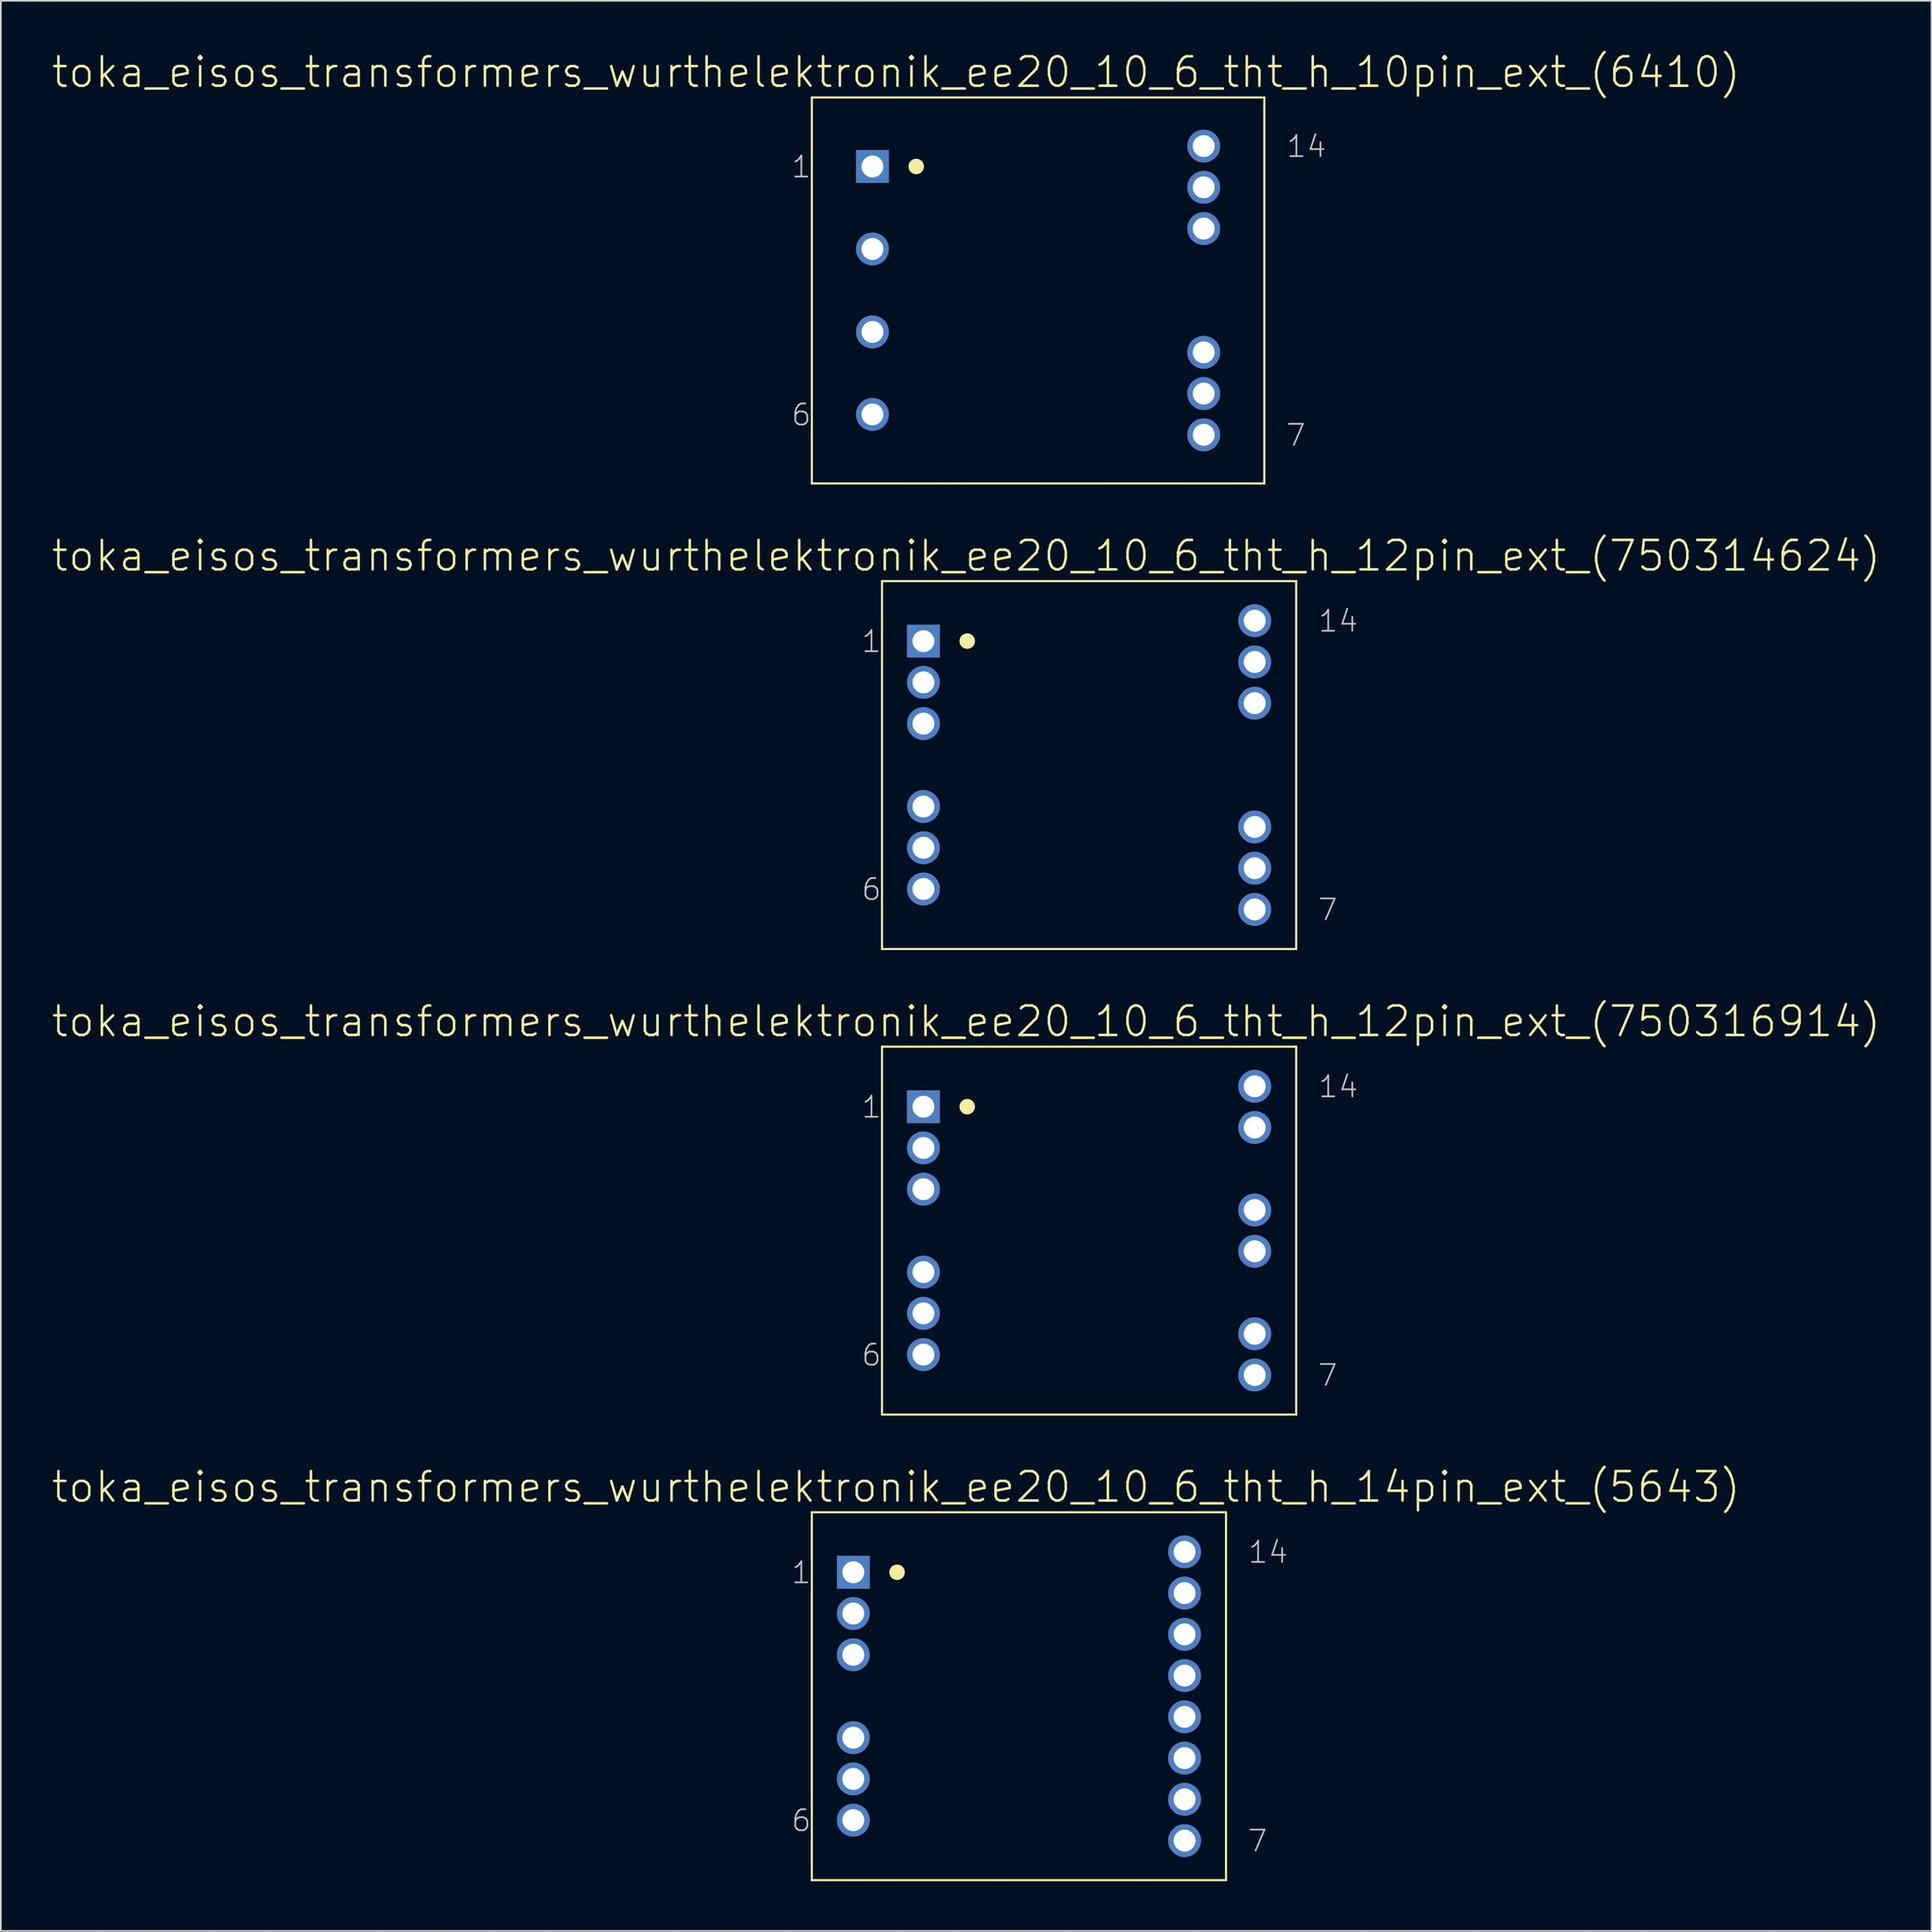
<source format=kicad_pcb>
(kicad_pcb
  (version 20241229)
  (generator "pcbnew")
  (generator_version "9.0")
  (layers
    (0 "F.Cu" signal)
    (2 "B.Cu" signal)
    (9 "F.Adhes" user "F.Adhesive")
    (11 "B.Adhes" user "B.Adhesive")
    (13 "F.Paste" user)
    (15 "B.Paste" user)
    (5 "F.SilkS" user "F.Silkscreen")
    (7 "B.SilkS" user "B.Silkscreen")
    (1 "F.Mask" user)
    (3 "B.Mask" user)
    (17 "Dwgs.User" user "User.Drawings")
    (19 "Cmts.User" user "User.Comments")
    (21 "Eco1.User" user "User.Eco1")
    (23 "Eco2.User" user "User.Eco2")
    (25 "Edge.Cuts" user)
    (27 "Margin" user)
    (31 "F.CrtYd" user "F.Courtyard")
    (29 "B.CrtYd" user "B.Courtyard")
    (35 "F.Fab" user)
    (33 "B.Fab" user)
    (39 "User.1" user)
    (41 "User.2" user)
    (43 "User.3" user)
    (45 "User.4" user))
  (footprint "toka_eisos_transformers_wurthelektronik_ee20_10_6_tht_h_12pin_ext_(750314624)"
    (layer "F.Cu")
    (at 62.67 43.118)
    (property "Reference" "toka_eisos_transformers_wurthelektronik_ee20_10_6_tht_h_12pin_ext_(750314624)" (at -7.417 -12.624 0) (layer "F.SilkS") (effects (font (size 1.778 1.778) (thickness 0.152))))
    (attr exclude_from_pos_files exclude_from_bom)
    (fp_line (start -12.497 -11.1) (end -12.497 11.1) (stroke (width 0.127) (type solid)) (layer "F.SilkS"))
    (fp_line (start -12.497 -11.1) (end 12.497 -11.1) (stroke (width 0.127) (type solid)) (layer "F.SilkS"))
    (fp_line (start -12.497 11.1) (end 12.497 11.1) (stroke (width 0.127) (type solid)) (layer "F.SilkS"))
    (fp_line (start 12.497 -11.1) (end 12.497 11.1) (stroke (width 0.127) (type solid)) (layer "F.SilkS"))
    (fp_circle (center -7.353 -7.48) (end -7.684 -7.811) (stroke (width 0) (type solid)) (fill yes) (layer "F.SilkS"))
    (fp_text user "7" (at 14.399 8.735 0) (layer "Dwgs.User") (effects (font (size 1.27 1.27) (thickness 0.102))))
    (fp_text user "1" (at -13.132 -7.455 0) (layer "Dwgs.User") (effects (font (size 1.27 1.27) (thickness 0.102))))
    (fp_text user "14" (at 15.037 -8.687 0) (layer "Dwgs.User") (effects (font (size 1.27 1.27) (thickness 0.102))))
    (fp_text user "6" (at -13.132 7.506 0) (layer "Dwgs.User") (effects (font (size 1.27 1.27) (thickness 0.102))))
    (pad "1" thru_hole rect (at -9.995 -7.48) (size 1.981 1.981) (drill 1.321) (layers "*.Cu" "*.Paste" "*.Mask"))
    (pad "2" thru_hole circle (at -9.995 -4.991) (size 1.981 1.981) (drill 1.321) (layers "*.Cu" "*.Paste" "*.Mask"))
    (pad "3" thru_hole circle (at -9.995 -2.502) (size 1.981 1.981) (drill 1.321) (layers "*.Cu" "*.Paste" "*.Mask"))
    (pad "4" thru_hole circle (at -9.995 2.502) (size 1.981 1.981) (drill 1.321) (layers "*.Cu" "*.Paste" "*.Mask"))
    (pad "5" thru_hole circle (at -9.995 4.991) (size 1.981 1.981) (drill 1.321) (layers "*.Cu" "*.Paste" "*.Mask"))
    (pad "6" thru_hole circle (at -9.995 7.48) (size 1.981 1.981) (drill 1.321) (layers "*.Cu" "*.Paste" "*.Mask"))
    (pad "7" thru_hole circle (at 9.995 8.712) (size 1.981 1.981) (drill 1.321) (layers "*.Cu" "*.Paste" "*.Mask"))
    (pad "8" thru_hole circle (at 9.995 6.223) (size 1.981 1.981) (drill 1.321) (layers "*.Cu" "*.Paste" "*.Mask"))
    (pad "9" thru_hole circle (at 9.995 3.734) (size 1.981 1.981) (drill 1.321) (layers "*.Cu" "*.Paste" "*.Mask"))
    (pad "12" thru_hole circle (at 9.995 -3.734) (size 1.981 1.981) (drill 1.321) (layers "*.Cu" "*.Paste" "*.Mask"))
    (pad "13" thru_hole circle (at 9.995 -6.223) (size 1.981 1.981) (drill 1.321) (layers "*.Cu" "*.Paste" "*.Mask"))
    (pad "14" thru_hole circle (at 9.995 -8.712) (size 1.981 1.981) (drill 1.321) (layers "*.Cu" "*.Paste" "*.Mask")))
  (footprint "toka_eisos_transformers_wurthelektronik_ee20_10_6_tht_h_12pin_ext_(750316914)"
    (layer "F.Cu")
    (at 62.67 71.213)
    (property "Reference" "toka_eisos_transformers_wurthelektronik_ee20_10_6_tht_h_12pin_ext_(750316914)" (at -7.417 -12.624 0) (layer "F.SilkS") (effects (font (size 1.778 1.778) (thickness 0.152))))
    (attr exclude_from_pos_files exclude_from_bom)
    (fp_line (start -12.497 -11.1) (end -12.497 11.1) (stroke (width 0.127) (type solid)) (layer "F.SilkS"))
    (fp_line (start -12.497 -11.1) (end 12.497 -11.1) (stroke (width 0.127) (type solid)) (layer "F.SilkS"))
    (fp_line (start -12.497 11.1) (end 12.497 11.1) (stroke (width 0.127) (type solid)) (layer "F.SilkS"))
    (fp_line (start 12.497 -11.1) (end 12.497 11.1) (stroke (width 0.127) (type solid)) (layer "F.SilkS"))
    (fp_circle (center -7.353 -7.48) (end -7.684 -7.811) (stroke (width 0) (type solid)) (fill yes) (layer "F.SilkS"))
    (fp_text user "14" (at 15.037 -8.687 0) (layer "Dwgs.User") (effects (font (size 1.27 1.27) (thickness 0.102))))
    (fp_text user "6" (at -13.132 7.506 0) (layer "Dwgs.User") (effects (font (size 1.27 1.27) (thickness 0.102))))
    (fp_text user "7" (at 14.399 8.735 0) (layer "Dwgs.User") (effects (font (size 1.27 1.27) (thickness 0.102))))
    (fp_text user "1" (at -13.132 -7.455 0) (layer "Dwgs.User") (effects (font (size 1.27 1.27) (thickness 0.102))))
    (pad "1" thru_hole rect (at -9.995 -7.48) (size 1.981 1.981) (drill 1.321) (layers "*.Cu" "*.Paste" "*.Mask"))
    (pad "2" thru_hole circle (at -9.995 -4.991) (size 1.981 1.981) (drill 1.321) (layers "*.Cu" "*.Paste" "*.Mask"))
    (pad "3" thru_hole circle (at -9.995 -2.502) (size 1.981 1.981) (drill 1.321) (layers "*.Cu" "*.Paste" "*.Mask"))
    (pad "4" thru_hole circle (at -9.995 2.502) (size 1.981 1.981) (drill 1.321) (layers "*.Cu" "*.Paste" "*.Mask"))
    (pad "5" thru_hole circle (at -9.995 4.991) (size 1.981 1.981) (drill 1.321) (layers "*.Cu" "*.Paste" "*.Mask"))
    (pad "6" thru_hole circle (at -9.995 7.48) (size 1.981 1.981) (drill 1.321) (layers "*.Cu" "*.Paste" "*.Mask"))
    (pad "7" thru_hole circle (at 9.995 8.712) (size 1.981 1.981) (drill 1.321) (layers "*.Cu" "*.Paste" "*.Mask"))
    (pad "8" thru_hole circle (at 9.995 6.223) (size 1.981 1.981) (drill 1.321) (layers "*.Cu" "*.Paste" "*.Mask"))
    (pad "10" thru_hole circle (at 9.995 1.245) (size 1.981 1.981) (drill 1.321) (layers "*.Cu" "*.Paste" "*.Mask"))
    (pad "11" thru_hole circle (at 9.995 -1.245) (size 1.981 1.981) (drill 1.321) (layers "*.Cu" "*.Paste" "*.Mask"))
    (pad "13" thru_hole circle (at 9.995 -6.223) (size 1.981 1.981) (drill 1.321) (layers "*.Cu" "*.Paste" "*.Mask"))
    (pad "14" thru_hole circle (at 9.995 -8.712) (size 1.981 1.981) (drill 1.321) (layers "*.Cu" "*.Paste" "*.Mask")))
  (footprint "toka_eisos_transformers_wurthelektronik_ee20_10_6_tht_h_10pin_ext_(6410)"
    (layer "F.Cu")
    (at 59.593 14.477)
    (property "Reference" "toka_eisos_transformers_wurthelektronik_ee20_10_6_tht_h_10pin_ext_(6410)" (at -8.572 -13.17 0) (layer "F.SilkS") (effects (font (size 1.778 1.778) (thickness 0.152))))
    (attr exclude_from_pos_files exclude_from_bom)
    (fp_line (start -13.652 -11.646) (end -13.652 11.646) (stroke (width 0.127) (type solid)) (layer "F.SilkS"))
    (fp_line (start -13.652 -11.646) (end 13.652 -11.646) (stroke (width 0.127) (type solid)) (layer "F.SilkS"))
    (fp_line (start -13.652 11.646) (end 13.652 11.646) (stroke (width 0.127) (type solid)) (layer "F.SilkS"))
    (fp_line (start 13.652 -11.646) (end 13.652 11.646) (stroke (width 0.127) (type solid)) (layer "F.SilkS"))
    (fp_circle (center -7.353 -7.48) (end -7.684 -7.811) (stroke (width 0) (type solid)) (fill yes) (layer "F.SilkS"))
    (fp_text user "6" (at -14.287 7.506 0) (layer "Dwgs.User") (effects (font (size 1.27 1.27) (thickness 0.102))))
    (fp_text user "1" (at -14.287 -7.455 0) (layer "Dwgs.User") (effects (font (size 1.27 1.27) (thickness 0.102))))
    (fp_text user "14" (at 16.192 -8.687 0) (layer "Dwgs.User") (effects (font (size 1.27 1.27) (thickness 0.102))))
    (fp_text user "7" (at 15.557 8.735 0) (layer "Dwgs.User") (effects (font (size 1.27 1.27) (thickness 0.102))))
    (pad "1" thru_hole rect (at -9.995 -7.48) (size 1.981 1.981) (drill 1.321) (layers "*.Cu" "*.Paste" "*.Mask"))
    (pad "3" thru_hole circle (at -9.995 -2.502) (size 1.981 1.981) (drill 1.321) (layers "*.Cu" "*.Paste" "*.Mask"))
    (pad "4" thru_hole circle (at -9.995 2.502) (size 1.981 1.981) (drill 1.321) (layers "*.Cu" "*.Paste" "*.Mask"))
    (pad "6" thru_hole circle (at -9.995 7.48) (size 1.981 1.981) (drill 1.321) (layers "*.Cu" "*.Paste" "*.Mask"))
    (pad "7" thru_hole circle (at 9.995 8.712) (size 1.981 1.981) (drill 1.321) (layers "*.Cu" "*.Paste" "*.Mask"))
    (pad "8" thru_hole circle (at 9.995 6.223) (size 1.981 1.981) (drill 1.321) (layers "*.Cu" "*.Paste" "*.Mask"))
    (pad "9" thru_hole circle (at 9.995 3.734) (size 1.981 1.981) (drill 1.321) (layers "*.Cu" "*.Paste" "*.Mask"))
    (pad "12" thru_hole circle (at 9.995 -3.734) (size 1.981 1.981) (drill 1.321) (layers "*.Cu" "*.Paste" "*.Mask"))
    (pad "13" thru_hole circle (at 9.995 -6.223) (size 1.981 1.981) (drill 1.321) (layers "*.Cu" "*.Paste" "*.Mask"))
    (pad "14" thru_hole circle (at 9.995 -8.712) (size 1.981 1.981) (drill 1.321) (layers "*.Cu" "*.Paste" "*.Mask")))
  (footprint "toka_eisos_transformers_wurthelektronik_ee20_10_6_tht_h_14pin_ext_(5643)"
    (layer "F.Cu")
    (at 58.437 99.308)
    (property "Reference" "toka_eisos_transformers_wurthelektronik_ee20_10_6_tht_h_14pin_ext_(5643)" (at -7.417 -12.624 0) (layer "F.SilkS") (effects (font (size 1.778 1.778) (thickness 0.152))))
    (attr exclude_from_pos_files exclude_from_bom)
    (fp_line (start -12.497 -11.1) (end -12.497 11.1) (stroke (width 0.127) (type solid)) (layer "F.SilkS"))
    (fp_line (start -12.497 -11.1) (end 12.497 -11.1) (stroke (width 0.127) (type solid)) (layer "F.SilkS"))
    (fp_line (start -12.497 11.1) (end 12.497 11.1) (stroke (width 0.127) (type solid)) (layer "F.SilkS"))
    (fp_line (start 12.497 -11.1) (end 12.497 11.1) (stroke (width 0.127) (type solid)) (layer "F.SilkS"))
    (fp_circle (center -7.353 -7.48) (end -7.684 -7.811) (stroke (width 0) (type solid)) (fill yes) (layer "F.SilkS"))
    (fp_text user "6" (at -13.132 7.506 0) (layer "Dwgs.User") (effects (font (size 1.27 1.27) (thickness 0.102))))
    (fp_text user "14" (at 15.037 -8.687 0) (layer "Dwgs.User") (effects (font (size 1.27 1.27) (thickness 0.102))))
    (fp_text user "7" (at 14.399 8.735 0) (layer "Dwgs.User") (effects (font (size 1.27 1.27) (thickness 0.102))))
    (fp_text user "1" (at -13.132 -7.455 0) (layer "Dwgs.User") (effects (font (size 1.27 1.27) (thickness 0.102))))
    (pad "1" thru_hole rect (at -9.995 -7.48) (size 1.981 1.981) (drill 1.321) (layers "*.Cu" "*.Paste" "*.Mask"))
    (pad "2" thru_hole circle (at -9.995 -4.991) (size 1.981 1.981) (drill 1.321) (layers "*.Cu" "*.Paste" "*.Mask"))
    (pad "3" thru_hole circle (at -9.995 -2.502) (size 1.981 1.981) (drill 1.321) (layers "*.Cu" "*.Paste" "*.Mask"))
    (pad "4" thru_hole circle (at -9.995 2.502) (size 1.981 1.981) (drill 1.321) (layers "*.Cu" "*.Paste" "*.Mask"))
    (pad "5" thru_hole circle (at -9.995 4.991) (size 1.981 1.981) (drill 1.321) (layers "*.Cu" "*.Paste" "*.Mask"))
    (pad "6" thru_hole circle (at -9.995 7.48) (size 1.981 1.981) (drill 1.321) (layers "*.Cu" "*.Paste" "*.Mask"))
    (pad "7" thru_hole circle (at 9.995 8.712) (size 1.981 1.981) (drill 1.321) (layers "*.Cu" "*.Paste" "*.Mask"))
    (pad "8" thru_hole circle (at 9.995 6.223) (size 1.981 1.981) (drill 1.321) (layers "*.Cu" "*.Paste" "*.Mask"))
    (pad "9" thru_hole circle (at 9.995 3.734) (size 1.981 1.981) (drill 1.321) (layers "*.Cu" "*.Paste" "*.Mask"))
    (pad "10" thru_hole circle (at 9.995 1.245) (size 1.981 1.981) (drill 1.321) (layers "*.Cu" "*.Paste" "*.Mask"))
    (pad "11" thru_hole circle (at 9.995 -1.245) (size 1.981 1.981) (drill 1.321) (layers "*.Cu" "*.Paste" "*.Mask"))
    (pad "12" thru_hole circle (at 9.995 -3.734) (size 1.981 1.981) (drill 1.321) (layers "*.Cu" "*.Paste" "*.Mask"))
    (pad "13" thru_hole circle (at 9.995 -6.223) (size 1.981 1.981) (drill 1.321) (layers "*.Cu" "*.Paste" "*.Mask"))
    (pad "14" thru_hole circle (at 9.995 -8.712) (size 1.981 1.981) (drill 1.321) (layers "*.Cu" "*.Paste" "*.Mask")))
  (gr_rect
    (start -3 -3)
    (end 113.507 113.471)
    (stroke (width 0.1) (type default))
    (fill no)
    (layer "Edge.Cuts")))
</source>
